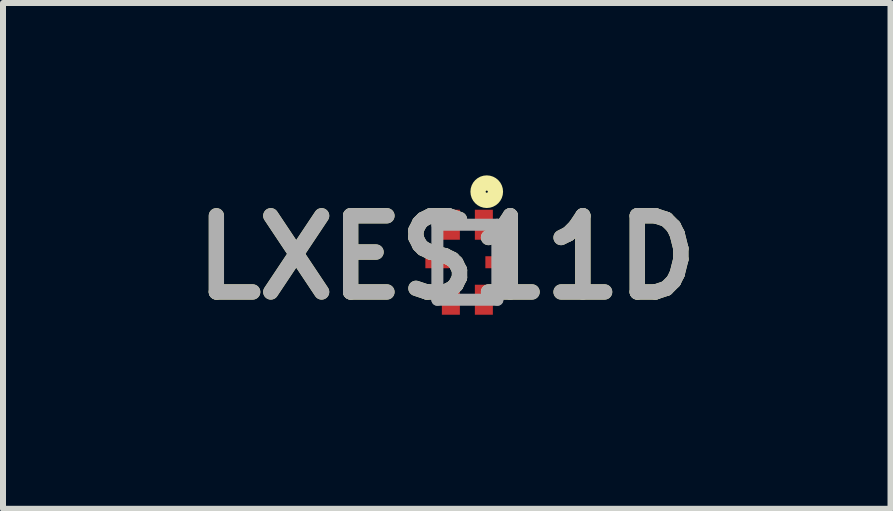
<source format=kicad_pcb>
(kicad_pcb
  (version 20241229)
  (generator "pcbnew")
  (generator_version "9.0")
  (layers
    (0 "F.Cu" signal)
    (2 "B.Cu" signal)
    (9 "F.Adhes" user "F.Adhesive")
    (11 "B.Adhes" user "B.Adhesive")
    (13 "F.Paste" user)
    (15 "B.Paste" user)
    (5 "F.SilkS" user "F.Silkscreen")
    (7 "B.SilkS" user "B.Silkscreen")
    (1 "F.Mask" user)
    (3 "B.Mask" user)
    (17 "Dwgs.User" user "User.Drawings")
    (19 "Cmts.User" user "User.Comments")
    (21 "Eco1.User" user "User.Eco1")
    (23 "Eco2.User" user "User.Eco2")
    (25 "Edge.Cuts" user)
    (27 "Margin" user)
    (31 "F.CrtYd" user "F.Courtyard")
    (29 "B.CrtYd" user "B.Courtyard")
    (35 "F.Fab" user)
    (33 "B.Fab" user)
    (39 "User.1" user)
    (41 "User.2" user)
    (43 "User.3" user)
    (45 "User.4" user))
  (footprint "LXES11D"
    (layer "F.Cu")
    (at 4.74 1.321)
    (property "Reference" "LXES11D" (at -0.343 -0.079 0) (layer "F.SilkS") (effects (font (size 1.27 1.27) (thickness 0.254))))
    (attr smd)
    (fp_circle (center 0.323 -1.176) (end 0.323 -1.158) (stroke (width 0.254) (type solid)) (fill no) (layer "F.SilkS"))
    (fp_line (start -0.5 -0.625) (end 0.5 -0.625) (stroke (width 0.2) (type solid)) (layer "F.Fab"))
    (fp_line (start -0.5 0.625) (end -0.5 -0.625) (stroke (width 0.2) (type solid)) (layer "F.Fab"))
    (fp_line (start 0.5 -0.625) (end 0.5 0.625) (stroke (width 0.2) (type solid)) (layer "F.Fab"))
    (fp_line (start 0.5 0.625) (end -0.5 0.625) (stroke (width 0.2) (type solid)) (layer "F.Fab"))
    (fp_text user "${REFERENCE}" (at -0.343 -0.079 0) (layer "F.Fab") (effects (font (size 1.27 1.27) (thickness 0.254))))
    (pad "1" smd rect (at 0.275 -0.625) (size 0.3 0.5) (layers "F.Cu" "F.Mask" "F.Paste"))
    (pad "2" smd rect (at -0.275 -0.625) (size 0.3 0.5) (layers "F.Cu" "F.Mask" "F.Paste"))
    (pad "3" smd rect (at -0.5 0 90) (size 0.2 0.4) (layers "F.Cu" "F.Mask" "F.Paste"))
    (pad "4" smd rect (at -0.275 0.625) (size 0.3 0.5) (layers "F.Cu" "F.Mask" "F.Paste"))
    (pad "5" smd rect (at 0.275 0.625) (size 0.3 0.5) (layers "F.Cu" "F.Mask" "F.Paste"))
    (pad "6" smd rect (at 0.5 0 90) (size 0.2 0.4) (layers "F.Cu" "F.Mask" "F.Paste")))
  (gr_rect
    (start -3 -3)
    (end 11.793 5.431)
    (stroke (width 0.1) (type default))
    (fill no)
    (layer "Edge.Cuts")))
</source>
